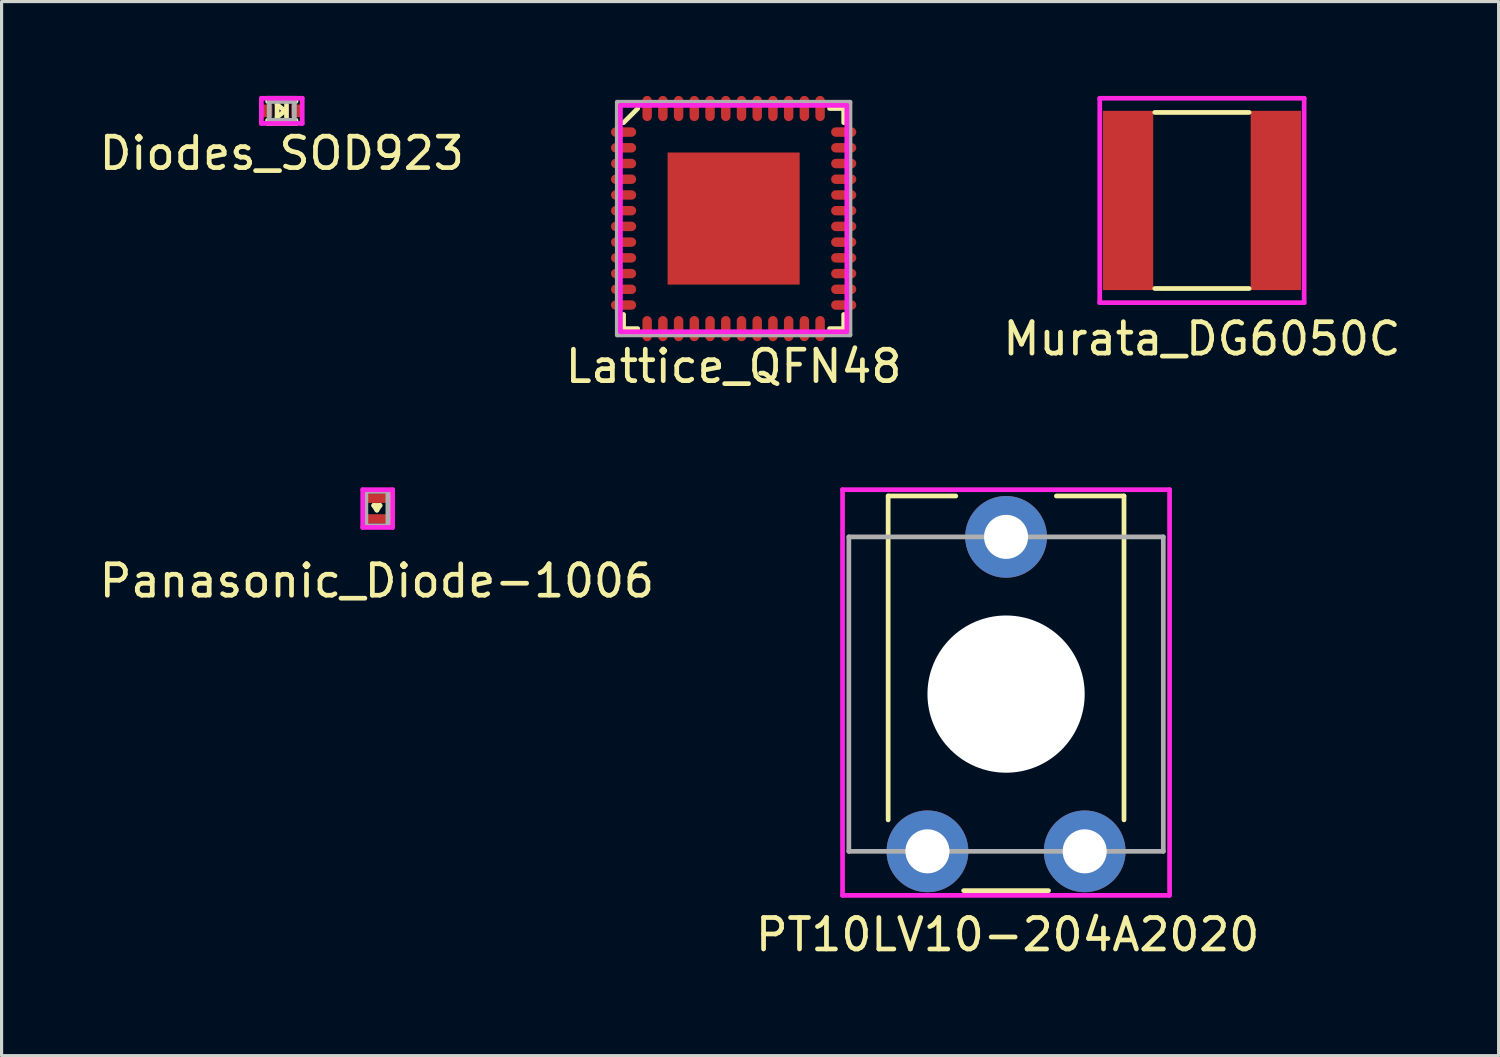
<source format=kicad_pcb>
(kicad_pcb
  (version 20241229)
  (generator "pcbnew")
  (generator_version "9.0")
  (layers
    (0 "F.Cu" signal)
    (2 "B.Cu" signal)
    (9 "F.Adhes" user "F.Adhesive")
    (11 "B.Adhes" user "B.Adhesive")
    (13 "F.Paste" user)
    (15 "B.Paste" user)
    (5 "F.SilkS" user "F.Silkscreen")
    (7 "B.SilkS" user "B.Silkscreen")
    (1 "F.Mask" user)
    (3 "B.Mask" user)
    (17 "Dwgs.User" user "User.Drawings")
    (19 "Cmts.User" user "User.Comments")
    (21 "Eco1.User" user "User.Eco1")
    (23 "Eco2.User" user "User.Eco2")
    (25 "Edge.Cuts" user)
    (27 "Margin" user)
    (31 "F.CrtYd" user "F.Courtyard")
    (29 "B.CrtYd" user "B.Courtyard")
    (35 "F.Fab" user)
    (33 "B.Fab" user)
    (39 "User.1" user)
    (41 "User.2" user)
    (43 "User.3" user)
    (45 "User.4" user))
  (footprint "Lattice_QFN48"
    (layer "F.Cu")
    (at 20.28 3.9)
    (property "Reference" "Lattice_QFN48" (at 0 4.7 0) (layer "F.SilkS") (effects (font (size 1 1) (thickness 0.15))))
    (attr through_hole)
    (fp_line (start -3.5 3.05) (end -3.5 3.5) (stroke (width 0.15) (type solid)) (layer "F.SilkS"))
    (fp_line (start -3.5 3.5) (end -3.05 3.5) (stroke (width 0.15) (type solid)) (layer "F.SilkS"))
    (fp_line (start -3.05 -3.5) (end -3.5 -3.05) (stroke (width 0.15) (type solid)) (layer "F.SilkS"))
    (fp_line (start 3.05 3.5) (end 3.5 3.5) (stroke (width 0.15) (type solid)) (layer "F.SilkS"))
    (fp_line (start 3.5 -3.5) (end 3.05 -3.5) (stroke (width 0.15) (type solid)) (layer "F.SilkS"))
    (fp_line (start 3.5 -3.05) (end 3.5 -3.5) (stroke (width 0.15) (type solid)) (layer "F.SilkS"))
    (fp_line (start 3.5 3.5) (end 3.5 3.05) (stroke (width 0.15) (type solid)) (layer "F.SilkS"))
    (fp_line (start -3.6 -3.6) (end 3.6 -3.6) (stroke (width 0.15) (type solid)) (layer "F.CrtYd"))
    (fp_line (start -3.6 3.6) (end -3.6 -3.6) (stroke (width 0.15) (type solid)) (layer "F.CrtYd"))
    (fp_line (start 3.6 -3.6) (end 3.6 3.6) (stroke (width 0.15) (type solid)) (layer "F.CrtYd"))
    (fp_line (start 3.6 3.6) (end -3.6 3.6) (stroke (width 0.15) (type solid)) (layer "F.CrtYd"))
    (fp_line (start -3.7 -3.7) (end 3.7 -3.7) (stroke (width 0.15) (type solid)) (layer "F.Fab"))
    (fp_line (start -3.7 3.7) (end -3.7 -3.7) (stroke (width 0.15) (type solid)) (layer "F.Fab"))
    (fp_line (start 3.7 -3.7) (end 3.7 3.7) (stroke (width 0.15) (type solid)) (layer "F.Fab"))
    (fp_line (start 3.7 3.7) (end -3.7 3.7) (stroke (width 0.15) (type solid)) (layer "F.Fab"))
    (pad "1" smd oval (at -3.5 -2.75) (size 0.8 0.3) (layers "F.Cu" "F.Mask" "F.Paste"))
    (pad "2" smd oval (at -3.5 -2.25) (size 0.8 0.3) (layers "F.Cu" "F.Mask" "F.Paste"))
    (pad "3" smd oval (at -3.5 -1.75) (size 0.8 0.3) (layers "F.Cu" "F.Mask" "F.Paste"))
    (pad "4" smd oval (at -3.5 -1.25) (size 0.8 0.3) (layers "F.Cu" "F.Mask" "F.Paste"))
    (pad "5" smd oval (at -3.5 -0.75) (size 0.8 0.3) (layers "F.Cu" "F.Mask" "F.Paste"))
    (pad "6" smd oval (at -3.5 -0.25) (size 0.8 0.3) (layers "F.Cu" "F.Mask" "F.Paste"))
    (pad "7" smd oval (at -3.5 0.25) (size 0.8 0.3) (layers "F.Cu" "F.Mask" "F.Paste"))
    (pad "8" smd oval (at -3.5 0.75) (size 0.8 0.3) (layers "F.Cu" "F.Mask" "F.Paste"))
    (pad "9" smd oval (at -3.5 1.25) (size 0.8 0.3) (layers "F.Cu" "F.Mask" "F.Paste"))
    (pad "10" smd oval (at -3.5 1.75) (size 0.8 0.3) (layers "F.Cu" "F.Mask" "F.Paste"))
    (pad "11" smd oval (at -3.5 2.25) (size 0.8 0.3) (layers "F.Cu" "F.Mask" "F.Paste"))
    (pad "12" smd oval (at -3.5 2.75) (size 0.8 0.3) (layers "F.Cu" "F.Mask" "F.Paste"))
    (pad "13" smd oval (at -2.75 3.5) (size 0.3 0.8) (layers "F.Cu" "F.Mask" "F.Paste"))
    (pad "14" smd oval (at -2.25 3.5) (size 0.3 0.8) (layers "F.Cu" "F.Mask" "F.Paste"))
    (pad "15" smd oval (at -1.75 3.5) (size 0.3 0.8) (layers "F.Cu" "F.Mask" "F.Paste"))
    (pad "16" smd oval (at -1.25 3.5) (size 0.3 0.8) (layers "F.Cu" "F.Mask" "F.Paste"))
    (pad "17" smd oval (at -0.75 3.5) (size 0.3 0.8) (layers "F.Cu" "F.Mask" "F.Paste"))
    (pad "18" smd oval (at -0.25 3.5) (size 0.3 0.8) (layers "F.Cu" "F.Mask" "F.Paste"))
    (pad "19" smd oval (at 0.25 3.5) (size 0.3 0.8) (layers "F.Cu" "F.Mask" "F.Paste"))
    (pad "20" smd oval (at 0.75 3.5) (size 0.3 0.8) (layers "F.Cu" "F.Mask" "F.Paste"))
    (pad "21" smd oval (at 1.25 3.5) (size 0.3 0.8) (layers "F.Cu" "F.Mask" "F.Paste"))
    (pad "22" smd oval (at 1.75 3.5) (size 0.3 0.8) (layers "F.Cu" "F.Mask" "F.Paste"))
    (pad "23" smd oval (at 2.25 3.5) (size 0.3 0.8) (layers "F.Cu" "F.Mask" "F.Paste"))
    (pad "24" smd oval (at 2.75 3.5) (size 0.3 0.8) (layers "F.Cu" "F.Mask" "F.Paste"))
    (pad "25" smd oval (at 3.5 2.75) (size 0.8 0.3) (layers "F.Cu" "F.Mask" "F.Paste"))
    (pad "26" smd oval (at 3.5 2.25) (size 0.8 0.3) (layers "F.Cu" "F.Mask" "F.Paste"))
    (pad "27" smd oval (at 3.5 1.75) (size 0.8 0.3) (layers "F.Cu" "F.Mask" "F.Paste"))
    (pad "28" smd oval (at 3.5 1.25) (size 0.8 0.3) (layers "F.Cu" "F.Mask" "F.Paste"))
    (pad "29" smd oval (at 3.5 0.75) (size 0.8 0.3) (layers "F.Cu" "F.Mask" "F.Paste"))
    (pad "30" smd oval (at 3.5 0.25) (size 0.8 0.3) (layers "F.Cu" "F.Mask" "F.Paste"))
    (pad "31" smd oval (at 3.5 -0.25) (size 0.8 0.3) (layers "F.Cu" "F.Mask" "F.Paste"))
    (pad "32" smd oval (at 3.5 -0.75) (size 0.8 0.3) (layers "F.Cu" "F.Mask" "F.Paste"))
    (pad "33" smd oval (at 3.5 -1.25) (size 0.8 0.3) (layers "F.Cu" "F.Mask" "F.Paste"))
    (pad "34" smd oval (at 3.5 -1.75) (size 0.8 0.3) (layers "F.Cu" "F.Mask" "F.Paste"))
    (pad "35" smd oval (at 3.5 -2.25) (size 0.8 0.3) (layers "F.Cu" "F.Mask" "F.Paste"))
    (pad "36" smd oval (at 3.5 -2.75) (size 0.8 0.3) (layers "F.Cu" "F.Mask" "F.Paste"))
    (pad "37" smd oval (at 2.75 -3.5) (size 0.3 0.8) (layers "F.Cu" "F.Mask" "F.Paste"))
    (pad "38" smd oval (at 2.25 -3.5) (size 0.3 0.8) (layers "F.Cu" "F.Mask" "F.Paste"))
    (pad "39" smd oval (at 1.75 -3.5) (size 0.3 0.8) (layers "F.Cu" "F.Mask" "F.Paste"))
    (pad "40" smd oval (at 1.25 -3.5) (size 0.3 0.8) (layers "F.Cu" "F.Mask" "F.Paste"))
    (pad "41" smd oval (at 0.75 -3.5) (size 0.3 0.8) (layers "F.Cu" "F.Mask" "F.Paste"))
    (pad "42" smd oval (at 0.25 -3.5) (size 0.3 0.8) (layers "F.Cu" "F.Mask" "F.Paste"))
    (pad "43" smd oval (at -0.25 -3.5) (size 0.3 0.8) (layers "F.Cu" "F.Mask" "F.Paste"))
    (pad "44" smd oval (at -0.75 -3.5) (size 0.3 0.8) (layers "F.Cu" "F.Mask" "F.Paste"))
    (pad "45" smd oval (at -1.25 -3.5) (size 0.3 0.8) (layers "F.Cu" "F.Mask" "F.Paste"))
    (pad "46" smd oval (at -1.75 -3.5) (size 0.3 0.8) (layers "F.Cu" "F.Mask" "F.Paste"))
    (pad "47" smd oval (at -2.25 -3.5) (size 0.3 0.8) (layers "F.Cu" "F.Mask" "F.Paste"))
    (pad "48" smd oval (at -2.75 -3.5) (size 0.3 0.8) (layers "F.Cu" "F.Mask" "F.Paste"))
    (pad "49" smd rect (at 0 0) (size 4.2 4.2) (layers "F.Cu" "F.Mask" "F.Paste")))
  (footprint "Diodes_SOD923"
    (layer "F.Cu")
    (at 5.911 0.475)
    (property "Reference" "Diodes_SOD923" (at 0 1.35 0) (layer "F.SilkS") (effects (font (size 1 1) (thickness 0.15))))
    (attr through_hole)
    (fp_line (start -0.45 -0.4) (end 0.45 -0.4) (stroke (width 0.15) (type solid)) (layer "F.SilkS"))
    (fp_line (start -0.45 -0.3) (end -0.45 -0.4) (stroke (width 0.15) (type solid)) (layer "F.SilkS"))
    (fp_line (start -0.45 0.4) (end -0.45 0.3) (stroke (width 0.15) (type solid)) (layer "F.SilkS"))
    (fp_line (start -0.15 -0.2) (end -0.15 0.2) (stroke (width 0.15) (type solid)) (layer "F.SilkS"))
    (fp_line (start -0.15 0.2) (end 0.1 0) (stroke (width 0.15) (type solid)) (layer "F.SilkS"))
    (fp_line (start 0.1 0) (end -0.15 -0.2) (stroke (width 0.15) (type solid)) (layer "F.SilkS"))
    (fp_line (start 0.15 -0.2) (end 0.15 0.2) (stroke (width 0.15) (type solid)) (layer "F.SilkS"))
    (fp_line (start 0.45 -0.4) (end 0.45 -0.3) (stroke (width 0.15) (type solid)) (layer "F.SilkS"))
    (fp_line (start 0.45 0.3) (end 0.45 0.4) (stroke (width 0.15) (type solid)) (layer "F.SilkS"))
    (fp_line (start 0.45 0.4) (end -0.45 0.4) (stroke (width 0.15) (type solid)) (layer "F.SilkS"))
    (fp_line (start -0.65 -0.4) (end -0.65 0.4) (stroke (width 0.15) (type solid)) (layer "F.CrtYd"))
    (fp_line (start -0.65 0.4) (end 0.65 0.4) (stroke (width 0.15) (type solid)) (layer "F.CrtYd"))
    (fp_line (start 0.65 -0.4) (end -0.65 -0.4) (stroke (width 0.15) (type solid)) (layer "F.CrtYd"))
    (fp_line (start 0.65 0.4) (end 0.65 -0.4) (stroke (width 0.15) (type solid)) (layer "F.CrtYd"))
    (fp_line (start -0.4 -0.3) (end -0.4 0.3) (stroke (width 0.15) (type solid)) (layer "F.Fab"))
    (fp_line (start -0.4 0.3) (end 0.4 0.3) (stroke (width 0.15) (type solid)) (layer "F.Fab"))
    (fp_line (start 0.4 -0.3) (end -0.4 -0.3) (stroke (width 0.15) (type solid)) (layer "F.Fab"))
    (fp_line (start 0.4 0.3) (end 0.4 -0.3) (stroke (width 0.15) (type solid)) (layer "F.Fab"))
    (pad "1" smd rect (at 0.45 0) (size 0.3 0.4) (layers "F.Cu" "F.Mask" "F.Paste"))
    (pad "2" smd rect (at -0.45 0) (size 0.3 0.4) (layers "F.Cu" "F.Mask" "F.Paste")))
  (footprint "Murata_DG6050C"
    (layer "F.Cu")
    (at 35.173 3.325)
    (property "Reference" "Murata_DG6050C" (at 0 4.4 0) (layer "F.SilkS") (effects (font (size 1 1) (thickness 0.15))))
    (attr through_hole)
    (fp_line (start -1.5 -2.8) (end 1.5 -2.8) (stroke (width 0.15) (type solid)) (layer "F.SilkS"))
    (fp_line (start 1.5 2.8) (end -1.5 2.8) (stroke (width 0.15) (type solid)) (layer "F.SilkS"))
    (fp_line (start -3.25 -3.25) (end 3.25 -3.25) (stroke (width 0.15) (type solid)) (layer "F.CrtYd"))
    (fp_line (start -3.25 3.25) (end -3.25 -3.25) (stroke (width 0.15) (type solid)) (layer "F.CrtYd"))
    (fp_line (start 3.25 -3.25) (end 3.25 3.25) (stroke (width 0.15) (type solid)) (layer "F.CrtYd"))
    (fp_line (start 3.25 3.25) (end -3.25 3.25) (stroke (width 0.15) (type solid)) (layer "F.CrtYd"))
    (pad "1" smd rect (at -2.35 0) (size 1.6 5.7) (layers "F.Cu" "F.Mask" "F.Paste"))
    (pad "2" smd rect (at 2.35 0) (size 1.6 5.7) (layers "F.Cu" "F.Mask" "F.Paste")))
  (footprint "PT10LV10-204A2020"
    (layer "F.Cu")
    (at 28.944 19.023)
    (property "Reference" "PT10LV10-204A2020" (at 0.05 7.65 0) (layer "F.SilkS") (effects (font (size 1 1) (thickness 0.15))))
    (attr through_hole)
    (fp_line (start -3.75 -6.3) (end -3.75 4) (stroke (width 0.15) (type solid)) (layer "F.SilkS"))
    (fp_line (start -1.6 -6.3) (end -3.75 -6.3) (stroke (width 0.15) (type solid)) (layer "F.SilkS"))
    (fp_line (start -1.35 6.25) (end 1.35 6.25) (stroke (width 0.15) (type solid)) (layer "F.SilkS"))
    (fp_line (start 1.6 -6.3) (end 3.75 -6.3) (stroke (width 0.15) (type solid)) (layer "F.SilkS"))
    (fp_line (start 3.75 -6.3) (end 3.75 4) (stroke (width 0.15) (type solid)) (layer "F.SilkS"))
    (fp_line (start -5.2 -6.5) (end 5.2 -6.5) (stroke (width 0.15) (type solid)) (layer "F.CrtYd"))
    (fp_line (start -5.2 6.4) (end -5.2 -6.5) (stroke (width 0.15) (type solid)) (layer "F.CrtYd"))
    (fp_line (start 5.2 -6.5) (end 5.2 6.4) (stroke (width 0.15) (type solid)) (layer "F.CrtYd"))
    (fp_line (start 5.2 6.4) (end -5.2 6.4) (stroke (width 0.15) (type solid)) (layer "F.CrtYd"))
    (fp_line (start -5 -5) (end 5 -5) (stroke (width 0.15) (type solid)) (layer "F.Fab"))
    (fp_line (start -5 5) (end -5 -5) (stroke (width 0.15) (type solid)) (layer "F.Fab"))
    (fp_line (start 5 -5) (end 5 5) (stroke (width 0.15) (type solid)) (layer "F.Fab"))
    (fp_line (start 5 5) (end -5 5) (stroke (width 0.15) (type solid)) (layer "F.Fab"))
    (pad "" np_thru_hole circle (at 0 0) (size 5 5) (drill 5) (layers "*.Mask" "F.Cu"))
    (pad "1" thru_hole circle (at -2.5 5) (size 2.6 2.6) (drill 1.4) (layers "*.Cu" "*.Mask"))
    (pad "2" thru_hole circle (at 0 -5) (size 2.6 2.6) (drill 1.4) (layers "*.Cu" "*.Mask"))
    (pad "3" thru_hole circle (at 2.5 5) (size 2.6 2.6) (drill 1.4) (layers "*.Cu" "*.Mask")))
  (footprint "Panasonic_Diode-1006"
    (layer "F.Cu")
    (at 8.935 13.123)
    (property "Reference" "Panasonic_Diode-1006" (at 0 2.3 0) (layer "F.SilkS") (effects (font (size 1 1) (thickness 0.15))))
    (attr through_hole)
    (fp_line (start -0.4 -0.5) (end -0.4 0.5) (stroke (width 0.15) (type solid)) (layer "F.SilkS"))
    (fp_line (start -0.1 -0.1) (end 0.1 -0.1) (stroke (width 0.15) (type solid)) (layer "F.SilkS"))
    (fp_line (start 0 0.05) (end -0.1 -0.1) (stroke (width 0.15) (type solid)) (layer "F.SilkS"))
    (fp_line (start 0.1 -0.1) (end 0 0.05) (stroke (width 0.15) (type solid)) (layer "F.SilkS"))
    (fp_line (start 0.4 -0.5) (end 0.4 0.5) (stroke (width 0.15) (type solid)) (layer "F.SilkS"))
    (fp_line (start -0.45 -0.6) (end 0.5 -0.6) (stroke (width 0.15) (type solid)) (layer "F.CrtYd"))
    (fp_line (start -0.45 0.6) (end -0.45 -0.6) (stroke (width 0.15) (type solid)) (layer "F.CrtYd"))
    (fp_line (start 0.5 -0.6) (end 0.5 0.6) (stroke (width 0.15) (type solid)) (layer "F.CrtYd"))
    (fp_line (start 0.5 0.6) (end -0.45 0.6) (stroke (width 0.15) (type solid)) (layer "F.CrtYd"))
    (fp_line (start -0.35 -0.55) (end 0.35 -0.55) (stroke (width 0.15) (type solid)) (layer "F.Fab"))
    (fp_line (start -0.35 0.55) (end -0.35 -0.55) (stroke (width 0.15) (type solid)) (layer "F.Fab"))
    (fp_line (start 0.35 -0.55) (end 0.35 0.55) (stroke (width 0.15) (type solid)) (layer "F.Fab"))
    (fp_line (start 0.35 0.55) (end -0.35 0.55) (stroke (width 0.15) (type solid)) (layer "F.Fab"))
    (pad "1" smd rect (at 0 0.33) (size 0.6 0.3) (layers "F.Cu" "F.Mask" "F.Paste"))
    (pad "2" smd rect (at 0 -0.33) (size 0.6 0.3) (layers "F.Cu" "F.Mask" "F.Paste")))
  (gr_rect
    (start -3 -3)
    (end 44.607 30.521)
    (stroke (width 0.1) (type default))
    (fill no)
    (layer "Edge.Cuts")))
</source>
